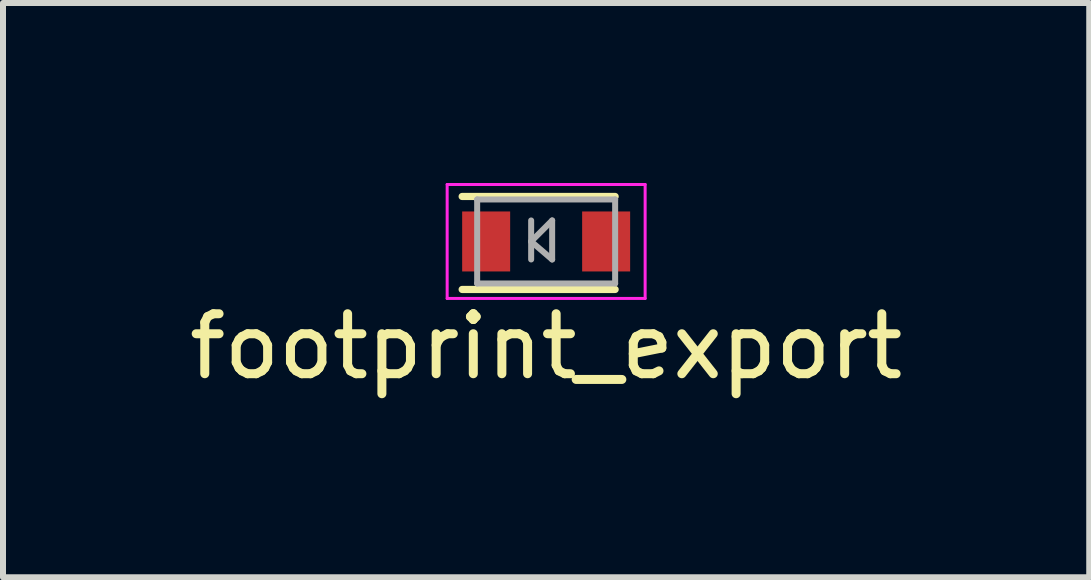
<source format=kicad_pcb>
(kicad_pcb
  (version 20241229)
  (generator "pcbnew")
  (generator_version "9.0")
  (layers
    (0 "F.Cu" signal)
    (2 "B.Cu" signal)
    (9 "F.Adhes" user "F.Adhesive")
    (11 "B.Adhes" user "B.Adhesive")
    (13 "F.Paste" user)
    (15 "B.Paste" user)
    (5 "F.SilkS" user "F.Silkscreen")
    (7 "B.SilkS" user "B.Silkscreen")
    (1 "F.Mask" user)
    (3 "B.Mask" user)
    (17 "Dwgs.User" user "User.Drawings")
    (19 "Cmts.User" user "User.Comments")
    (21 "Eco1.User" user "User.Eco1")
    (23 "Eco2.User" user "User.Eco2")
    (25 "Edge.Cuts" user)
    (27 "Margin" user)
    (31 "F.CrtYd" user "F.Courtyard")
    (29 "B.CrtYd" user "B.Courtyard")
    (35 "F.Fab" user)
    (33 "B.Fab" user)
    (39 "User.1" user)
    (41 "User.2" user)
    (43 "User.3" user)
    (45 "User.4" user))
  (footprint "footprint_export"
    (layer "F.Cu")
    (at 6.054 0.975)
    (property "Reference" "footprint_export" (at 0 1.75 0) (layer "F.SilkS") (effects (font (size 1 1) (thickness 0.15))))
    (attr smd)
    (fp_line (start -1.4 0.8) (end 1.15 0.8) (stroke (width 0.12) (type solid)) (layer "F.SilkS"))
    (fp_line (start 1.15 -0.75) (end -1.4 -0.75) (stroke (width 0.12) (type solid)) (layer "F.SilkS"))
    (fp_line (start -1.65 -0.95) (end 1.65 -0.95) (stroke (width 0.05) (type solid)) (layer "F.CrtYd"))
    (fp_line (start -1.65 0.95) (end -1.65 -0.95) (stroke (width 0.05) (type solid)) (layer "F.CrtYd"))
    (fp_line (start 1.65 -0.95) (end 1.65 0.95) (stroke (width 0.05) (type solid)) (layer "F.CrtYd"))
    (fp_line (start 1.65 0.95) (end -1.65 0.95) (stroke (width 0.05) (type solid)) (layer "F.CrtYd"))
    (fp_line (start -1.15 -0.7) (end 1.15 -0.7) (stroke (width 0.1) (type solid)) (layer "F.Fab"))
    (fp_line (start -1.15 0.7) (end -1.15 -0.7) (stroke (width 0.1) (type solid)) (layer "F.Fab"))
    (fp_line (start -0.25 -0.35) (end -0.25 0.3) (stroke (width 0.1) (type solid)) (layer "F.Fab"))
    (fp_line (start -0.25 0) (end 0.1 0.3) (stroke (width 0.1) (type solid)) (layer "F.Fab"))
    (fp_line (start 0.1 -0.35) (end -0.25 0) (stroke (width 0.1) (type solid)) (layer "F.Fab"))
    (fp_line (start 0.1 0.3) (end 0.1 -0.35) (stroke (width 0.1) (type solid)) (layer "F.Fab"))
    (fp_line (start 1.15 -0.7) (end 1.15 0.7) (stroke (width 0.1) (type solid)) (layer "F.Fab"))
    (fp_line (start 1.15 0.7) (end -1.15 0.7) (stroke (width 0.1) (type solid)) (layer "F.Fab"))
    (pad "1" smd rect (at -1 0 180) (size 0.8 1) (layers "F.Cu" "F.Mask" "F.Paste"))
    (pad "2" smd rect (at 1 0 180) (size 0.8 1) (layers "F.Cu" "F.Mask" "F.Paste")))
  (gr_rect
    (start -3 -3)
    (end 15.107 6.573)
    (stroke (width 0.1) (type default))
    (fill no)
    (layer "Edge.Cuts")))
</source>
